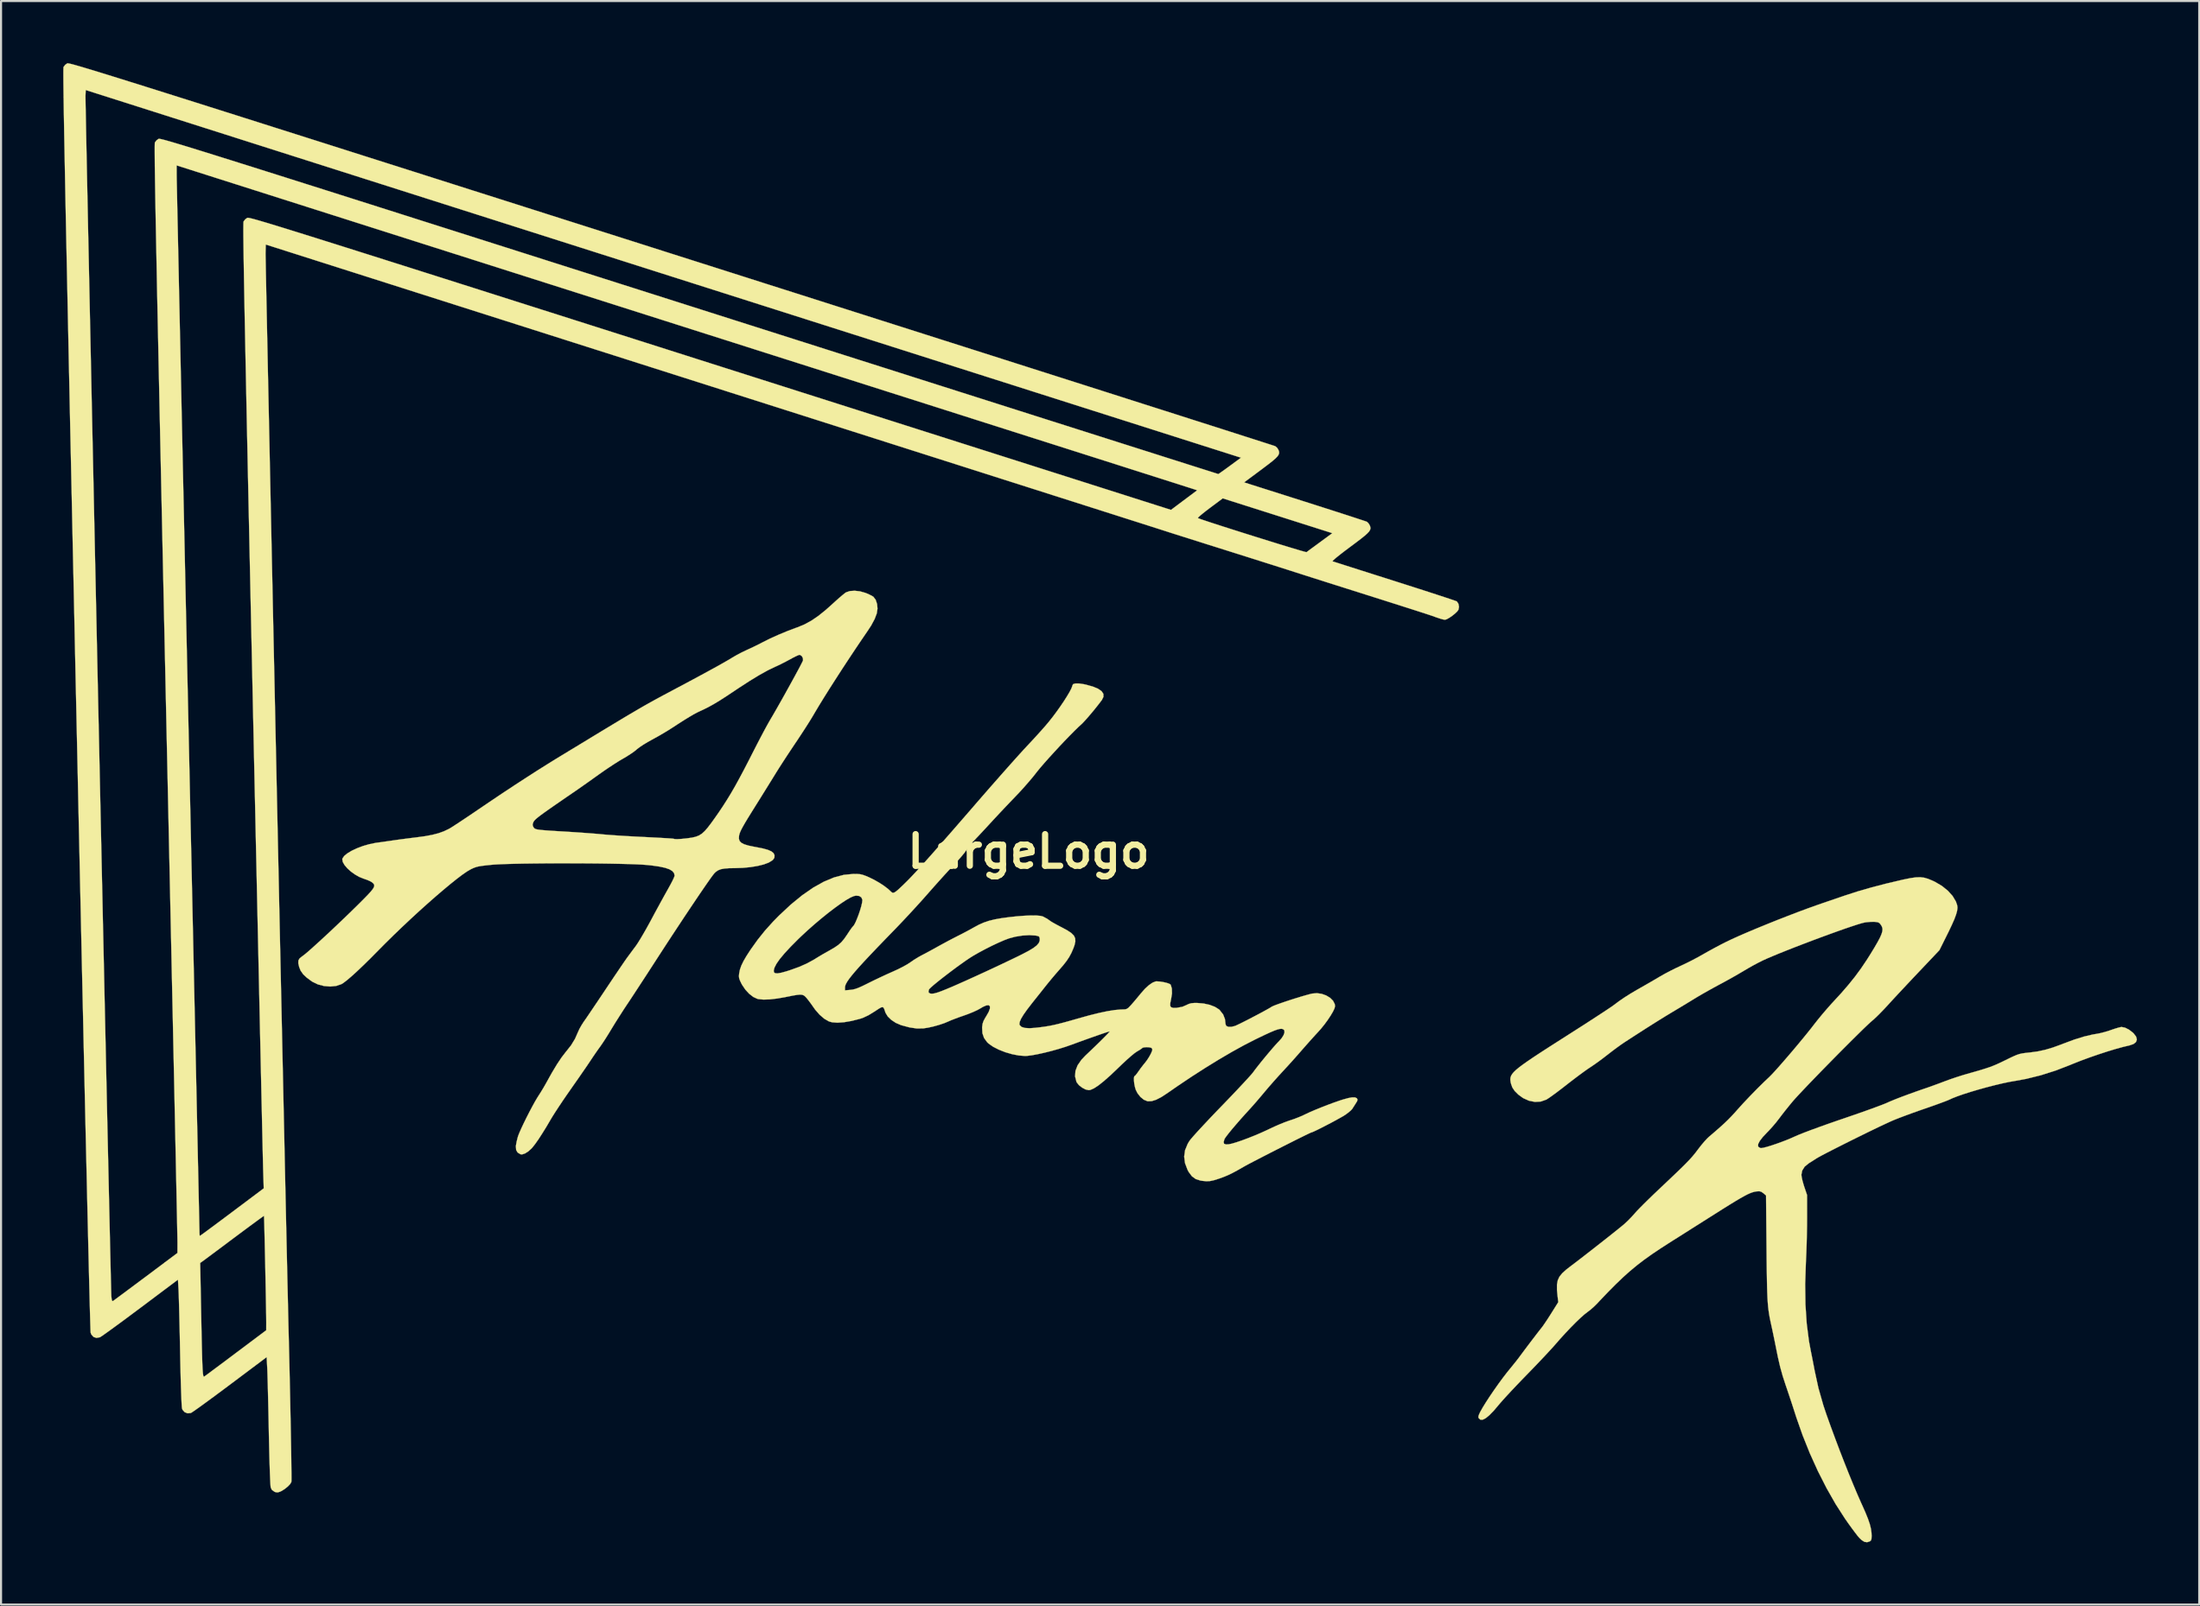
<source format=kicad_pcb>
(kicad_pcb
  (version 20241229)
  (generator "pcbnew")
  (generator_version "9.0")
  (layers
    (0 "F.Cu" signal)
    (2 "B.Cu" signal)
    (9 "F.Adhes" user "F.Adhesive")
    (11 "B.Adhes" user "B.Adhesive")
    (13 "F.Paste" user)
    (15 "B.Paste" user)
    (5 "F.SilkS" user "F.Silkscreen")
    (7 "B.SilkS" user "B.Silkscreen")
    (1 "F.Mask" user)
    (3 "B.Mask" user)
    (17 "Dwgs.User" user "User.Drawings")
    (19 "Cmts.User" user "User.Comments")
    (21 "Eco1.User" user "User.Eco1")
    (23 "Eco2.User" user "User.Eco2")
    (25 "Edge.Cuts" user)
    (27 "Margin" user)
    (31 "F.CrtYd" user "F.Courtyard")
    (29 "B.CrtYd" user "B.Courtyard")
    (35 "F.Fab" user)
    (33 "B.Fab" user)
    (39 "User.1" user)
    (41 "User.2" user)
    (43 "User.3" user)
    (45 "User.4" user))
  (footprint "LargeLogo"
    (layer "F.Cu")
    (at 46.528 38.017)
    (property "Reference" "LargeLogo" (at 0 0 0) (layer "F.SilkS") (effects (font (size 1.524 1.524) (thickness 0.3))))
    (attr through_hole)
    (fp_poly (pts (xy -8.122 -12.545) (xy -7.863 -12.471) (xy -7.839 -12.462) (xy -7.686 -12.396) (xy -7.555 -12.331) (xy -7.477 -12.282) (xy -7.368 -12.137) (xy -7.301 -11.933) (xy -7.281 -11.712) (xy -7.315 -11.483) (xy -7.417 -11.212) (xy -7.587 -10.896) (xy -7.764 -10.626) (xy -8.058 -10.195) (xy -8.367 -9.736) (xy -8.682 -9.261) (xy -8.997 -8.781) (xy -9.302 -8.308) (xy -9.593 -7.853) (xy -9.86 -7.427) (xy -10.096 -7.043) (xy -10.294 -6.711) (xy -10.369 -6.583) (xy -10.471 -6.412) (xy -10.611 -6.187) (xy -10.776 -5.928) (xy -10.958 -5.649) (xy -11.143 -5.368) (xy -11.238 -5.228) (xy -11.43 -4.94) (xy -11.633 -4.634) (xy -11.831 -4.33) (xy -12.013 -4.047) (xy -12.165 -3.805) (xy -12.214 -3.725) (xy -12.351 -3.503) (xy -12.52 -3.23) (xy -12.708 -2.927) (xy -12.902 -2.615) (xy -13.09 -2.314) (xy -13.147 -2.223) (xy -13.362 -1.878) (xy -13.536 -1.597) (xy -13.672 -1.37) (xy -13.775 -1.189) (xy -13.851 -1.045) (xy -13.903 -0.931) (xy -13.936 -0.837) (xy -13.954 -0.757) (xy -13.955 -0.752) (xy -13.962 -0.616) (xy -13.929 -0.507) (xy -13.846 -0.419) (xy -13.707 -0.346) (xy -13.501 -0.283) (xy -13.222 -0.225) (xy -13.134 -0.209) (xy -12.813 -0.146) (xy -12.57 -0.079) (xy -12.399 -0.005) (xy -12.293 0.079) (xy -12.246 0.176) (xy -12.243 0.195) (xy -12.251 0.303) (xy -12.311 0.393) (xy -12.359 0.436) (xy -12.525 0.537) (xy -12.763 0.626) (xy -13.058 0.699) (xy -13.399 0.755) (xy -13.771 0.791) (xy -14.139 0.803) (xy -14.432 0.808) (xy -14.656 0.825) (xy -14.826 0.856) (xy -14.958 0.906) (xy -15.065 0.978) (xy -15.142 1.051) (xy -15.207 1.131) (xy -15.314 1.276) (xy -15.458 1.48) (xy -15.636 1.738) (xy -15.844 2.042) (xy -16.077 2.387) (xy -16.332 2.767) (xy -16.605 3.176) (xy -16.89 3.608) (xy -17.186 4.057) (xy -17.486 4.516) (xy -17.788 4.981) (xy -17.989 5.292) (xy -18.213 5.638) (xy -18.439 5.987) (xy -18.661 6.327) (xy -18.869 6.646) (xy -19.056 6.932) (xy -19.214 7.172) (xy -19.335 7.354) (xy -19.344 7.366) (xy -19.517 7.628) (xy -19.707 7.925) (xy -19.897 8.224) (xy -20.064 8.496) (xy -20.11 8.572) (xy -20.245 8.795) (xy -20.381 9.012) (xy -20.505 9.203) (xy -20.605 9.35) (xy -20.639 9.398) (xy -20.736 9.532) (xy -20.861 9.71) (xy -20.996 9.908) (xy -21.093 10.054) (xy -21.193 10.204) (xy -21.332 10.409) (xy -21.501 10.654) (xy -21.689 10.926) (xy -21.887 11.209) (xy -22.071 11.472) (xy -22.269 11.757) (xy -22.466 12.045) (xy -22.651 12.323) (xy -22.816 12.575) (xy -22.95 12.787) (xy -23.038 12.933) (xy -23.244 13.285) (xy -23.443 13.606) (xy -23.625 13.887) (xy -23.786 14.115) (xy -23.918 14.282) (xy -23.954 14.323) (xy -24.115 14.468) (xy -24.272 14.567) (xy -24.41 14.612) (xy -24.49 14.605) (xy -24.627 14.522) (xy -24.699 14.398) (xy -24.712 14.222) (xy -24.707 14.172) (xy -24.675 13.996) (xy -24.627 13.802) (xy -24.601 13.716) (xy -24.54 13.561) (xy -24.446 13.35) (xy -24.328 13.1) (xy -24.194 12.827) (xy -24.053 12.551) (xy -23.913 12.287) (xy -23.784 12.053) (xy -23.673 11.866) (xy -23.631 11.8) (xy -23.508 11.607) (xy -23.373 11.384) (xy -23.254 11.175) (xy -23.243 11.155) (xy -22.977 10.677) (xy -22.733 10.271) (xy -22.512 9.94) (xy -22.318 9.686) (xy -22.302 9.668) (xy -22.052 9.351) (xy -21.863 9.041) (xy -21.72 8.718) (xy -21.651 8.566) (xy -21.549 8.384) (xy -21.437 8.208) (xy -21.422 8.188) (xy -21.349 8.084) (xy -21.236 7.919) (xy -21.091 7.704) (xy -20.92 7.451) (xy -20.73 7.169) (xy -20.529 6.869) (xy -20.366 6.625) (xy -20.163 6.321) (xy -19.967 6.028) (xy -19.784 5.758) (xy -19.623 5.52) (xy -19.489 5.324) (xy -19.389 5.18) (xy -19.338 5.109) (xy -19.223 4.954) (xy -19.085 4.767) (xy -18.948 4.583) (xy -18.922 4.548) (xy -18.836 4.421) (xy -18.719 4.233) (xy -18.581 4) (xy -18.43 3.737) (xy -18.276 3.459) (xy -18.186 3.292) (xy -18.027 2.994) (xy -17.859 2.685) (xy -17.695 2.384) (xy -17.544 2.11) (xy -17.417 1.883) (xy -17.372 1.803) (xy -17.262 1.604) (xy -17.168 1.424) (xy -17.1 1.28) (xy -17.064 1.187) (xy -17.06 1.167) (xy -17.086 1.048) (xy -17.168 0.947) (xy -17.309 0.861) (xy -17.517 0.789) (xy -17.795 0.729) (xy -18.149 0.678) (xy -18.415 0.65) (xy -18.639 0.634) (xy -18.935 0.62) (xy -19.296 0.607) (xy -19.711 0.597) (xy -20.171 0.588) (xy -20.667 0.581) (xy -21.188 0.576) (xy -21.726 0.573) (xy -22.272 0.572) (xy -22.814 0.572) (xy -23.345 0.575) (xy -23.854 0.58) (xy -24.333 0.586) (xy -24.771 0.595) (xy -25.159 0.605) (xy -25.488 0.618) (xy -25.749 0.632) (xy -25.881 0.643) (xy -26.149 0.671) (xy -26.351 0.696) (xy -26.503 0.721) (xy -26.623 0.75) (xy -26.73 0.788) (xy -26.841 0.838) (xy -26.897 0.866) (xy -27.068 0.966) (xy -27.291 1.12) (xy -27.56 1.324) (xy -27.869 1.571) (xy -28.212 1.857) (xy -28.582 2.174) (xy -28.973 2.518) (xy -29.378 2.882) (xy -29.79 3.262) (xy -30.204 3.652) (xy -30.613 4.045) (xy -31.01 4.436) (xy -31.327 4.756) (xy -31.709 5.143) (xy -32.057 5.485) (xy -32.366 5.779) (xy -32.633 6.022) (xy -32.855 6.211) (xy -33.027 6.342) (xy -33.121 6.4) (xy -33.371 6.486) (xy -33.659 6.515) (xy -33.962 6.49) (xy -34.257 6.412) (xy -34.521 6.284) (xy -34.545 6.269) (xy -34.791 6.088) (xy -34.968 5.919) (xy -35.088 5.748) (xy -35.157 5.575) (xy -35.199 5.392) (xy -35.195 5.261) (xy -35.137 5.159) (xy -35.019 5.063) (xy -34.996 5.047) (xy -34.905 4.979) (xy -34.761 4.859) (xy -34.572 4.693) (xy -34.345 4.489) (xy -34.088 4.254) (xy -33.808 3.995) (xy -33.513 3.719) (xy -33.211 3.432) (xy -32.909 3.143) (xy -32.614 2.857) (xy -32.334 2.583) (xy -32.311 2.56) (xy -32.056 2.305) (xy -31.857 2.102) (xy -31.711 1.942) (xy -31.611 1.818) (xy -31.555 1.723) (xy -31.536 1.648) (xy -31.55 1.588) (xy -31.593 1.533) (xy -31.645 1.489) (xy -31.74 1.433) (xy -31.885 1.37) (xy -32.037 1.318) (xy -32.255 1.231) (xy -32.469 1.11) (xy -32.668 0.966) (xy -32.84 0.809) (xy -32.973 0.652) (xy -33.057 0.503) (xy -33.079 0.376) (xy -33.07 0.339) (xy -32.987 0.218) (xy -32.833 0.091) (xy -32.623 -0.035) (xy -32.369 -0.154) (xy -32.085 -0.261) (xy -31.785 -0.348) (xy -31.482 -0.411) (xy -31.399 -0.423) (xy -31.188 -0.451) (xy -30.939 -0.487) (xy -30.7 -0.521) (xy -30.649 -0.529) (xy -30.466 -0.555) (xy -30.224 -0.588) (xy -29.948 -0.624) (xy -29.664 -0.66) (xy -29.506 -0.679) (xy -29.087 -0.736) (xy -28.736 -0.802) (xy -28.439 -0.879) (xy -28.179 -0.973) (xy -27.94 -1.087) (xy -27.898 -1.111) (xy -27.807 -1.166) (xy -27.656 -1.263) (xy -27.613 -1.291) (xy -23.906 -1.291) (xy -23.884 -1.206) (xy -23.861 -1.168) (xy -23.838 -1.135) (xy -23.81 -1.108) (xy -23.768 -1.085) (xy -23.705 -1.066) (xy -23.611 -1.049) (xy -23.478 -1.034) (xy -23.297 -1.018) (xy -23.06 -1.001) (xy -22.759 -0.982) (xy -22.384 -0.96) (xy -22.249 -0.952) (xy -21.909 -0.93) (xy -21.558 -0.906) (xy -21.216 -0.881) (xy -20.905 -0.857) (xy -20.645 -0.835) (xy -20.535 -0.824) (xy -20.335 -0.806) (xy -20.066 -0.786) (xy -19.747 -0.764) (xy -19.393 -0.742) (xy -19.02 -0.721) (xy -18.646 -0.702) (xy -18.522 -0.696) (xy -18.187 -0.679) (xy -17.879 -0.663) (xy -17.61 -0.648) (xy -17.388 -0.635) (xy -17.224 -0.624) (xy -17.128 -0.615) (xy -17.107 -0.611) (xy -17.045 -0.596) (xy -16.913 -0.594) (xy -16.722 -0.606) (xy -16.485 -0.63) (xy -16.438 -0.636) (xy -16.217 -0.668) (xy -16.037 -0.71) (xy -15.883 -0.771) (xy -15.744 -0.859) (xy -15.606 -0.985) (xy -15.457 -1.158) (xy -15.284 -1.386) (xy -15.146 -1.578) (xy -14.927 -1.891) (xy -14.724 -2.194) (xy -14.53 -2.498) (xy -14.338 -2.814) (xy -14.142 -3.153) (xy -13.937 -3.527) (xy -13.714 -3.946) (xy -13.468 -4.422) (xy -13.249 -4.853) (xy -13.092 -5.159) (xy -12.932 -5.467) (xy -12.777 -5.761) (xy -12.635 -6.024) (xy -12.514 -6.241) (xy -12.435 -6.377) (xy -12.327 -6.56) (xy -12.197 -6.786) (xy -12.05 -7.044) (xy -11.891 -7.325) (xy -11.727 -7.618) (xy -11.563 -7.915) (xy -11.404 -8.203) (xy -11.256 -8.474) (xy -11.124 -8.718) (xy -11.014 -8.925) (xy -10.932 -9.084) (xy -10.882 -9.186) (xy -10.87 -9.215) (xy -10.876 -9.323) (xy -10.93 -9.421) (xy -11.012 -9.478) (xy -11.041 -9.483) (xy -11.106 -9.463) (xy -11.226 -9.409) (xy -11.38 -9.331) (xy -11.493 -9.268) (xy -11.703 -9.156) (xy -11.932 -9.039) (xy -12.141 -8.939) (xy -12.207 -8.91) (xy -12.557 -8.742) (xy -12.968 -8.514) (xy -13.439 -8.228) (xy -13.971 -7.883) (xy -14.148 -7.764) (xy -14.543 -7.501) (xy -14.882 -7.283) (xy -15.177 -7.105) (xy -15.439 -6.96) (xy -15.678 -6.841) (xy -15.79 -6.79) (xy -15.955 -6.712) (xy -16.141 -6.613) (xy -16.358 -6.486) (xy -16.618 -6.326) (xy -16.93 -6.126) (xy -17.156 -5.978) (xy -17.373 -5.84) (xy -17.633 -5.684) (xy -17.903 -5.528) (xy -18.146 -5.395) (xy -18.363 -5.274) (xy -18.571 -5.148) (xy -18.748 -5.03) (xy -18.874 -4.934) (xy -18.89 -4.919) (xy -19.009 -4.822) (xy -19.18 -4.703) (xy -19.377 -4.577) (xy -19.546 -4.478) (xy -19.728 -4.371) (xy -19.958 -4.226) (xy -20.216 -4.057) (xy -20.48 -3.877) (xy -20.722 -3.707) (xy -20.972 -3.528) (xy -21.232 -3.343) (xy -21.481 -3.167) (xy -21.701 -3.013) (xy -21.865 -2.899) (xy -22.285 -2.612) (xy -22.64 -2.367) (xy -22.936 -2.162) (xy -23.179 -1.992) (xy -23.374 -1.853) (xy -23.528 -1.74) (xy -23.645 -1.65) (xy -23.731 -1.578) (xy -23.792 -1.52) (xy -23.833 -1.472) (xy -23.86 -1.43) (xy -23.877 -1.396) (xy -23.906 -1.291) (xy -27.613 -1.291) (xy -27.456 -1.394) (xy -27.217 -1.553) (xy -26.949 -1.732) (xy -26.663 -1.926) (xy -26.48 -2.051) (xy -25.904 -2.441) (xy -25.321 -2.832) (xy -24.743 -3.214) (xy -24.182 -3.578) (xy -23.653 -3.918) (xy -23.169 -4.223) (xy -22.797 -4.453) (xy -22.158 -4.842) (xy -21.586 -5.189) (xy -21.076 -5.499) (xy -20.622 -5.775) (xy -20.218 -6.019) (xy -19.86 -6.235) (xy -19.542 -6.426) (xy -19.258 -6.596) (xy -19.002 -6.746) (xy -18.771 -6.882) (xy -18.558 -7.005) (xy -18.357 -7.119) (xy -18.164 -7.227) (xy -17.973 -7.332) (xy -17.778 -7.438) (xy -17.575 -7.547) (xy -17.357 -7.663) (xy -17.119 -7.79) (xy -17.081 -7.81) (xy -16.473 -8.134) (xy -15.93 -8.425) (xy -15.455 -8.683) (xy -15.048 -8.906) (xy -14.712 -9.095) (xy -14.449 -9.246) (xy -14.266 -9.357) (xy -14.068 -9.472) (xy -13.836 -9.595) (xy -13.617 -9.7) (xy -13.589 -9.713) (xy -13.39 -9.804) (xy -13.155 -9.917) (xy -12.919 -10.035) (xy -12.806 -10.094) (xy -12.456 -10.269) (xy -12.055 -10.45) (xy -11.633 -10.626) (xy -11.219 -10.782) (xy -11.131 -10.813) (xy -10.798 -10.951) (xy -10.466 -11.133) (xy -10.123 -11.367) (xy -9.758 -11.663) (xy -9.497 -11.896) (xy -9.305 -12.071) (xy -9.126 -12.23) (xy -8.971 -12.362) (xy -8.854 -12.456) (xy -8.792 -12.499) (xy -8.61 -12.559) (xy -8.379 -12.574) (xy -8.122 -12.545)) (stroke (width 0.01) (type solid)) (fill yes) (layer "F.SilkS"))
    (fp_poly (pts (xy 43.172 1.266) (xy 43.367 1.323) (xy 43.581 1.413) (xy 43.702 1.471) (xy 44.032 1.667) (xy 44.315 1.896) (xy 44.541 2.147) (xy 44.699 2.411) (xy 44.764 2.598) (xy 44.776 2.715) (xy 44.76 2.859) (xy 44.711 3.038) (xy 44.629 3.261) (xy 44.508 3.536) (xy 44.348 3.873) (xy 44.303 3.963) (xy 43.905 4.763) (xy 42.903 5.821) (xy 42.639 6.1) (xy 42.371 6.385) (xy 42.109 6.665) (xy 41.865 6.926) (xy 41.651 7.157) (xy 41.479 7.345) (xy 41.42 7.41) (xy 41.237 7.607) (xy 41.049 7.801) (xy 40.874 7.975) (xy 40.729 8.11) (xy 40.671 8.159) (xy 40.567 8.25) (xy 40.412 8.395) (xy 40.213 8.586) (xy 39.977 8.818) (xy 39.711 9.081) (xy 39.422 9.37) (xy 39.117 9.676) (xy 38.804 9.993) (xy 38.489 10.314) (xy 38.18 10.63) (xy 37.884 10.936) (xy 37.608 11.222) (xy 37.359 11.484) (xy 37.144 11.712) (xy 36.97 11.901) (xy 36.845 12.042) (xy 36.823 12.068) (xy 36.653 12.275) (xy 36.477 12.494) (xy 36.315 12.701) (xy 36.187 12.871) (xy 36.172 12.89) (xy 36.026 13.078) (xy 35.848 13.287) (xy 35.668 13.483) (xy 35.603 13.549) (xy 35.391 13.775) (xy 35.246 13.963) (xy 35.17 14.112) (xy 35.165 14.218) (xy 35.181 14.248) (xy 35.264 14.301) (xy 35.309 14.309) (xy 35.417 14.293) (xy 35.587 14.25) (xy 35.802 14.185) (xy 36.046 14.103) (xy 36.303 14.01) (xy 36.556 13.913) (xy 36.789 13.815) (xy 36.916 13.758) (xy 37.105 13.675) (xy 37.367 13.57) (xy 37.694 13.446) (xy 38.078 13.305) (xy 38.511 13.15) (xy 38.985 12.985) (xy 39.244 12.897) (xy 39.63 12.764) (xy 40.003 12.635) (xy 40.351 12.512) (xy 40.666 12.399) (xy 40.937 12.299) (xy 41.154 12.217) (xy 41.307 12.156) (xy 41.365 12.131) (xy 41.538 12.054) (xy 41.777 11.956) (xy 42.067 11.843) (xy 42.393 11.722) (xy 42.741 11.596) (xy 43.095 11.472) (xy 43.307 11.4) (xy 43.473 11.342) (xy 43.69 11.263) (xy 43.929 11.175) (xy 44.157 11.089) (xy 44.424 10.991) (xy 44.73 10.887) (xy 45.033 10.791) (xy 45.236 10.731) (xy 45.593 10.63) (xy 45.883 10.546) (xy 46.121 10.472) (xy 46.322 10.405) (xy 46.5 10.338) (xy 46.67 10.266) (xy 46.847 10.185) (xy 47.046 10.089) (xy 47.058 10.083) (xy 47.3 9.964) (xy 47.485 9.877) (xy 47.632 9.815) (xy 47.76 9.772) (xy 47.889 9.743) (xy 48.038 9.721) (xy 48.225 9.7) (xy 48.288 9.694) (xy 48.651 9.644) (xy 49.005 9.567) (xy 49.376 9.457) (xy 49.788 9.307) (xy 49.89 9.267) (xy 50.402 9.076) (xy 50.872 8.93) (xy 51.29 8.831) (xy 51.469 8.801) (xy 51.652 8.766) (xy 51.875 8.709) (xy 52.1 8.64) (xy 52.18 8.612) (xy 52.363 8.55) (xy 52.526 8.501) (xy 52.647 8.472) (xy 52.69 8.467) (xy 52.857 8.501) (xy 53.045 8.596) (xy 53.23 8.739) (xy 53.265 8.772) (xy 53.386 8.929) (xy 53.424 9.07) (xy 53.382 9.192) (xy 53.262 9.288) (xy 53.064 9.356) (xy 53.054 9.358) (xy 52.757 9.428) (xy 52.401 9.526) (xy 52.003 9.647) (xy 51.583 9.784) (xy 51.158 9.931) (xy 50.746 10.082) (xy 50.365 10.232) (xy 50.207 10.298) (xy 49.511 10.567) (xy 48.796 10.794) (xy 48.09 10.969) (xy 47.562 11.066) (xy 47.267 11.117) (xy 46.927 11.189) (xy 46.556 11.278) (xy 46.169 11.378) (xy 45.781 11.486) (xy 45.407 11.597) (xy 45.062 11.707) (xy 44.76 11.813) (xy 44.517 11.909) (xy 44.401 11.963) (xy 44.305 12.005) (xy 44.142 12.068) (xy 43.927 12.148) (xy 43.674 12.24) (xy 43.396 12.338) (xy 43.213 12.401) (xy 42.898 12.51) (xy 42.574 12.626) (xy 42.261 12.741) (xy 41.978 12.848) (xy 41.748 12.939) (xy 41.675 12.969) (xy 41.513 13.041) (xy 41.294 13.142) (xy 41.028 13.267) (xy 40.727 13.412) (xy 40.399 13.571) (xy 40.056 13.74) (xy 39.708 13.912) (xy 39.364 14.084) (xy 39.035 14.25) (xy 38.731 14.404) (xy 38.463 14.542) (xy 38.24 14.659) (xy 38.074 14.75) (xy 37.973 14.809) (xy 37.973 14.809) (xy 37.819 14.909) (xy 37.655 15.012) (xy 37.601 15.046) (xy 37.41 15.204) (xy 37.292 15.392) (xy 37.253 15.595) (xy 37.267 15.707) (xy 37.303 15.872) (xy 37.356 16.062) (xy 37.389 16.167) (xy 37.526 16.573) (xy 37.527 17.653) (xy 37.525 18.034) (xy 37.517 18.466) (xy 37.506 18.918) (xy 37.491 19.356) (xy 37.473 19.748) (xy 37.47 19.812) (xy 37.435 20.863) (xy 37.448 21.849) (xy 37.509 22.768) (xy 37.618 23.619) (xy 37.701 24.067) (xy 37.753 24.326) (xy 37.81 24.616) (xy 37.863 24.892) (xy 37.891 25.04) (xy 38.074 25.882) (xy 38.311 26.714) (xy 38.453 27.139) (xy 38.652 27.696) (xy 38.865 28.274) (xy 39.085 28.859) (xy 39.309 29.437) (xy 39.53 29.994) (xy 39.744 30.516) (xy 39.943 30.99) (xy 40.124 31.402) (xy 40.176 31.515) (xy 40.338 31.88) (xy 40.461 32.184) (xy 40.549 32.442) (xy 40.605 32.666) (xy 40.633 32.869) (xy 40.639 33.008) (xy 40.633 33.149) (xy 40.607 33.23) (xy 40.558 33.273) (xy 40.421 33.318) (xy 40.29 33.299) (xy 40.151 33.209) (xy 40.045 33.106) (xy 39.959 33.006) (xy 39.838 32.849) (xy 39.691 32.652) (xy 39.53 32.429) (xy 39.366 32.195) (xy 39.35 32.171) (xy 38.901 31.472) (xy 38.465 30.705) (xy 38.049 29.886) (xy 37.662 29.031) (xy 37.311 28.155) (xy 37.003 27.277) (xy 36.958 27.136) (xy 36.869 26.86) (xy 36.764 26.537) (xy 36.651 26.199) (xy 36.543 25.878) (xy 36.495 25.739) (xy 36.351 25.295) (xy 36.23 24.86) (xy 36.123 24.397) (xy 36.073 24.151) (xy 36.013 23.853) (xy 35.951 23.545) (xy 35.89 23.251) (xy 35.836 22.996) (xy 35.797 22.818) (xy 35.757 22.635) (xy 35.723 22.465) (xy 35.694 22.3) (xy 35.67 22.131) (xy 35.649 21.951) (xy 35.632 21.751) (xy 35.618 21.523) (xy 35.607 21.259) (xy 35.598 20.951) (xy 35.591 20.591) (xy 35.584 20.17) (xy 35.578 19.681) (xy 35.573 19.123) (xy 35.549 16.593) (xy 35.419 16.483) (xy 35.32 16.414) (xy 35.223 16.389) (xy 35.096 16.396) (xy 35 16.412) (xy 34.9 16.439) (xy 34.786 16.48) (xy 34.653 16.54) (xy 34.493 16.624) (xy 34.298 16.734) (xy 34.06 16.875) (xy 33.773 17.051) (xy 33.429 17.266) (xy 33.084 17.485) (xy 32.735 17.705) (xy 32.372 17.935) (xy 32.008 18.165) (xy 31.66 18.386) (xy 31.343 18.587) (xy 31.071 18.758) (xy 30.924 18.851) (xy 30.46 19.15) (xy 30.046 19.428) (xy 29.671 19.696) (xy 29.322 19.964) (xy 28.986 20.243) (xy 28.651 20.543) (xy 28.305 20.875) (xy 27.935 21.248) (xy 27.528 21.675) (xy 27.397 21.816) (xy 27.246 21.964) (xy 27.074 22.113) (xy 26.931 22.222) (xy 26.783 22.338) (xy 26.593 22.508) (xy 26.37 22.722) (xy 26.126 22.969) (xy 25.871 23.239) (xy 25.616 23.52) (xy 25.418 23.747) (xy 25.295 23.887) (xy 25.122 24.076) (xy 24.912 24.303) (xy 24.673 24.556) (xy 24.417 24.825) (xy 24.154 25.097) (xy 24.013 25.242) (xy 23.755 25.508) (xy 23.501 25.774) (xy 23.261 26.028) (xy 23.046 26.26) (xy 22.865 26.46) (xy 22.727 26.616) (xy 22.671 26.683) (xy 22.424 26.975) (xy 22.212 27.192) (xy 22.036 27.336) (xy 21.893 27.407) (xy 21.782 27.407) (xy 21.701 27.337) (xy 21.7 27.336) (xy 21.682 27.277) (xy 21.699 27.194) (xy 21.756 27.066) (xy 21.78 27.019) (xy 21.893 26.818) (xy 22.048 26.567) (xy 22.233 26.283) (xy 22.437 25.983) (xy 22.648 25.683) (xy 22.855 25.401) (xy 23.046 25.152) (xy 23.119 25.061) (xy 23.27 24.876) (xy 23.411 24.701) (xy 23.529 24.553) (xy 23.61 24.449) (xy 23.627 24.426) (xy 23.756 24.252) (xy 23.907 24.049) (xy 24.07 23.832) (xy 24.235 23.614) (xy 24.392 23.408) (xy 24.531 23.227) (xy 24.641 23.085) (xy 24.712 22.996) (xy 24.72 22.987) (xy 24.787 22.898) (xy 24.887 22.754) (xy 25.008 22.573) (xy 25.138 22.371) (xy 25.19 22.288) (xy 25.535 21.738) (xy 25.502 21.463) (xy 25.471 21.148) (xy 25.471 20.896) (xy 25.508 20.69) (xy 25.589 20.512) (xy 25.724 20.345) (xy 25.918 20.169) (xy 26.107 20.022) (xy 26.307 19.871) (xy 26.545 19.689) (xy 26.812 19.482) (xy 27.096 19.261) (xy 27.389 19.032) (xy 27.678 18.805) (xy 27.954 18.587) (xy 28.206 18.387) (xy 28.424 18.212) (xy 28.598 18.071) (xy 28.716 17.973) (xy 28.729 17.961) (xy 28.889 17.812) (xy 29.063 17.633) (xy 29.218 17.461) (xy 29.227 17.449) (xy 29.319 17.347) (xy 29.463 17.198) (xy 29.648 17.011) (xy 29.866 16.796) (xy 30.104 16.565) (xy 30.355 16.326) (xy 30.428 16.257) (xy 30.777 15.927) (xy 31.072 15.647) (xy 31.317 15.412) (xy 31.521 15.214) (xy 31.689 15.046) (xy 31.829 14.901) (xy 31.947 14.773) (xy 32.049 14.654) (xy 32.143 14.539) (xy 32.234 14.419) (xy 32.286 14.35) (xy 32.427 14.168) (xy 32.575 13.993) (xy 32.71 13.846) (xy 32.791 13.769) (xy 33.088 13.515) (xy 33.332 13.301) (xy 33.536 13.116) (xy 33.712 12.947) (xy 33.873 12.782) (xy 34.033 12.61) (xy 34.162 12.464) (xy 34.452 12.143) (xy 34.782 11.794) (xy 35.127 11.441) (xy 35.463 11.109) (xy 35.705 10.88) (xy 35.812 10.772) (xy 35.964 10.609) (xy 36.151 10.401) (xy 36.365 10.157) (xy 36.597 9.888) (xy 36.839 9.605) (xy 37.081 9.317) (xy 37.315 9.034) (xy 37.532 8.768) (xy 37.724 8.528) (xy 37.86 8.352) (xy 38.052 8.108) (xy 38.272 7.841) (xy 38.498 7.577) (xy 38.704 7.344) (xy 38.764 7.28) (xy 39.172 6.836) (xy 39.526 6.426) (xy 39.841 6.034) (xy 40.129 5.642) (xy 40.404 5.233) (xy 40.582 4.951) (xy 40.78 4.626) (xy 40.932 4.363) (xy 41.044 4.151) (xy 41.117 3.982) (xy 41.156 3.848) (xy 41.164 3.738) (xy 41.143 3.645) (xy 41.098 3.558) (xy 41.095 3.554) (xy 41.029 3.468) (xy 40.959 3.422) (xy 40.853 3.401) (xy 40.766 3.394) (xy 40.583 3.395) (xy 40.381 3.414) (xy 40.293 3.428) (xy 40.149 3.464) (xy 39.937 3.528) (xy 39.666 3.617) (xy 39.345 3.726) (xy 38.986 3.853) (xy 38.596 3.994) (xy 38.186 4.144) (xy 37.766 4.301) (xy 37.346 4.461) (xy 36.935 4.619) (xy 36.543 4.774) (xy 36.18 4.919) (xy 35.855 5.054) (xy 35.579 5.172) (xy 35.391 5.257) (xy 35.193 5.356) (xy 34.954 5.483) (xy 34.705 5.623) (xy 34.484 5.753) (xy 34.266 5.882) (xy 34 6.035) (xy 33.713 6.196) (xy 33.432 6.35) (xy 33.298 6.421) (xy 33.035 6.563) (xy 32.757 6.718) (xy 32.488 6.87) (xy 32.256 7.006) (xy 32.152 7.069) (xy 31.947 7.194) (xy 31.696 7.347) (xy 31.424 7.511) (xy 31.159 7.67) (xy 31.052 7.734) (xy 30.668 7.966) (xy 30.232 8.237) (xy 29.738 8.55) (xy 29.183 8.907) (xy 28.718 9.209) (xy 28.549 9.325) (xy 28.341 9.475) (xy 28.119 9.641) (xy 27.911 9.803) (xy 27.905 9.807) (xy 27.694 9.97) (xy 27.468 10.138) (xy 27.252 10.291) (xy 27.074 10.411) (xy 27.072 10.412) (xy 26.929 10.508) (xy 26.736 10.646) (xy 26.509 10.813) (xy 26.263 10.999) (xy 26.015 11.19) (xy 25.938 11.251) (xy 25.705 11.432) (xy 25.481 11.602) (xy 25.278 11.752) (xy 25.111 11.871) (xy 24.99 11.95) (xy 24.956 11.97) (xy 24.693 12.063) (xy 24.411 12.08) (xy 24.122 12.023) (xy 23.84 11.896) (xy 23.609 11.728) (xy 23.431 11.55) (xy 23.317 11.378) (xy 23.251 11.186) (xy 23.243 11.147) (xy 23.228 11.06) (xy 23.224 10.978) (xy 23.233 10.9) (xy 23.261 10.82) (xy 23.311 10.735) (xy 23.389 10.642) (xy 23.498 10.537) (xy 23.643 10.417) (xy 23.829 10.277) (xy 24.06 10.114) (xy 24.34 9.924) (xy 24.674 9.704) (xy 25.065 9.451) (xy 25.52 9.16) (xy 26.041 8.827) (xy 26.077 8.804) (xy 26.447 8.568) (xy 26.803 8.34) (xy 27.136 8.124) (xy 27.439 7.927) (xy 27.705 7.753) (xy 27.925 7.607) (xy 28.091 7.495) (xy 28.197 7.421) (xy 28.215 7.407) (xy 28.47 7.217) (xy 28.731 7.038) (xy 29.019 6.856) (xy 29.357 6.657) (xy 29.485 6.584) (xy 29.726 6.447) (xy 29.993 6.293) (xy 30.25 6.143) (xy 30.438 6.032) (xy 30.658 5.907) (xy 30.922 5.767) (xy 31.196 5.63) (xy 31.426 5.523) (xy 31.683 5.401) (xy 31.975 5.255) (xy 32.265 5.101) (xy 32.505 4.967) (xy 32.762 4.821) (xy 33.056 4.66) (xy 33.351 4.503) (xy 33.592 4.38) (xy 33.884 4.24) (xy 34.243 4.077) (xy 34.658 3.897) (xy 35.115 3.705) (xy 35.601 3.506) (xy 36.104 3.304) (xy 36.611 3.106) (xy 37.109 2.915) (xy 37.587 2.738) (xy 38.031 2.579) (xy 38.312 2.482) (xy 38.458 2.432) (xy 38.665 2.362) (xy 38.909 2.278) (xy 39.172 2.188) (xy 39.37 2.12) (xy 39.96 1.929) (xy 40.623 1.738) (xy 41.344 1.55) (xy 42.112 1.369) (xy 42.185 1.353) (xy 42.503 1.288) (xy 42.76 1.251) (xy 42.976 1.243) (xy 43.172 1.266)) (stroke (width 0.01) (type solid)) (fill yes) (layer "F.SilkS"))
    (fp_poly (pts (xy 2.432 -8.101) (xy 2.652 -8.069) (xy 2.769 -8.044) (xy 3.103 -7.951) (xy 3.354 -7.846) (xy 3.521 -7.729) (xy 3.607 -7.6) (xy 3.61 -7.457) (xy 3.532 -7.3) (xy 3.525 -7.291) (xy 3.371 -7.09) (xy 3.2 -6.875) (xy 3.024 -6.662) (xy 2.856 -6.465) (xy 2.707 -6.298) (xy 2.591 -6.174) (xy 2.54 -6.127) (xy 2.395 -5.995) (xy 2.205 -5.809) (xy 1.982 -5.583) (xy 1.737 -5.329) (xy 1.48 -5.057) (xy 1.224 -4.779) (xy 0.978 -4.509) (xy 0.753 -4.256) (xy 0.562 -4.034) (xy 0.414 -3.853) (xy 0.381 -3.81) (xy 0.215 -3.6) (xy 0.007 -3.354) (xy -0.221 -3.093) (xy -0.452 -2.839) (xy -0.616 -2.667) (xy -0.833 -2.441) (xy -1.088 -2.173) (xy -1.359 -1.886) (xy -1.626 -1.6) (xy -1.869 -1.337) (xy -1.891 -1.312) (xy -2.09 -1.097) (xy -2.276 -0.897) (xy -2.439 -0.723) (xy -2.57 -0.585) (xy -2.66 -0.493) (xy -2.688 -0.466) (xy -2.785 -0.361) (xy -2.886 -0.229) (xy -2.912 -0.191) (xy -3.003 -0.054) (xy -3.104 0.083) (xy -3.227 0.233) (xy -3.382 0.409) (xy -3.58 0.625) (xy -3.725 0.78) (xy -3.882 0.948) (xy -4.08 1.165) (xy -4.304 1.414) (xy -4.542 1.68) (xy -4.777 1.946) (xy -4.91 2.097) (xy -5.163 2.383) (xy -5.456 2.705) (xy -5.767 3.043) (xy -6.075 3.372) (xy -6.359 3.67) (xy -6.455 3.769) (xy -6.905 4.233) (xy -7.298 4.641) (xy -7.638 4.998) (xy -7.928 5.307) (xy -8.17 5.573) (xy -8.37 5.8) (xy -8.529 5.991) (xy -8.652 6.15) (xy -8.742 6.282) (xy -8.803 6.391) (xy -8.837 6.479) (xy -8.848 6.552) (xy -8.848 6.555) (xy -8.848 6.7) (xy -8.583 6.676) (xy -8.462 6.66) (xy -8.339 6.628) (xy -8.196 6.576) (xy -8.016 6.496) (xy -7.783 6.382) (xy -7.726 6.353) (xy -7.455 6.219) (xy -7.146 6.072) (xy -6.837 5.928) (xy -6.562 5.805) (xy -6.543 5.797) (xy -6.29 5.681) (xy -6.051 5.56) (xy -5.847 5.446) (xy -5.699 5.35) (xy -5.697 5.348) (xy -5.519 5.226) (xy -5.313 5.099) (xy -5.144 5.006) (xy -4.984 4.923) (xy -4.78 4.813) (xy -4.558 4.692) (xy -4.381 4.593) (xy -4.141 4.461) (xy -3.865 4.312) (xy -3.593 4.17) (xy -3.429 4.086) (xy -3.21 3.975) (xy -2.986 3.857) (xy -2.785 3.749) (xy -2.651 3.673) (xy -2.404 3.539) (xy -2.162 3.432) (xy -1.909 3.346) (xy -1.624 3.276) (xy -1.29 3.217) (xy -0.923 3.168) (xy -0.538 3.127) (xy -0.186 3.1) (xy 0.124 3.088) (xy 0.381 3.09) (xy 0.575 3.107) (xy 0.69 3.136) (xy 0.9 3.248) (xy 1.047 3.353) (xy 1.113 3.397) (xy 1.237 3.468) (xy 1.401 3.558) (xy 1.589 3.656) (xy 1.598 3.66) (xy 1.865 3.804) (xy 2.058 3.932) (xy 2.184 4.057) (xy 2.247 4.189) (xy 2.256 4.34) (xy 2.216 4.52) (xy 2.158 4.681) (xy 2.064 4.897) (xy 1.96 5.09) (xy 1.833 5.282) (xy 1.669 5.491) (xy 1.463 5.729) (xy 1.3 5.916) (xy 1.115 6.135) (xy 0.939 6.349) (xy 0.868 6.437) (xy 0.729 6.612) (xy 0.558 6.828) (xy 0.373 7.06) (xy 0.195 7.284) (xy 0.158 7.331) (xy -0.073 7.631) (xy -0.246 7.877) (xy -0.363 8.072) (xy -0.427 8.222) (xy -0.44 8.332) (xy -0.426 8.377) (xy -0.336 8.464) (xy -0.177 8.513) (xy 0.053 8.527) (xy 0.319 8.508) (xy 0.572 8.479) (xy 0.796 8.448) (xy 1.009 8.413) (xy 1.226 8.369) (xy 1.462 8.313) (xy 1.735 8.242) (xy 2.058 8.152) (xy 2.378 8.06) (xy 2.924 7.908) (xy 3.398 7.79) (xy 3.807 7.704) (xy 4.156 7.649) (xy 4.451 7.623) (xy 4.544 7.621) (xy 4.657 7.616) (xy 4.74 7.592) (xy 4.818 7.536) (xy 4.918 7.432) (xy 4.947 7.401) (xy 5.065 7.266) (xy 5.21 7.094) (xy 5.358 6.916) (xy 5.408 6.854) (xy 5.608 6.627) (xy 5.802 6.449) (xy 5.979 6.327) (xy 6.129 6.269) (xy 6.169 6.265) (xy 6.329 6.275) (xy 6.501 6.302) (xy 6.661 6.339) (xy 6.785 6.382) (xy 6.851 6.425) (xy 6.853 6.429) (xy 6.908 6.614) (xy 6.914 6.852) (xy 6.871 7.122) (xy 6.87 7.125) (xy 6.831 7.317) (xy 6.828 7.443) (xy 6.871 7.514) (xy 6.967 7.544) (xy 7.124 7.546) (xy 7.13 7.545) (xy 7.415 7.493) (xy 7.59 7.418) (xy 7.725 7.355) (xy 7.847 7.321) (xy 7.993 7.308) (xy 8.128 7.308) (xy 8.442 7.335) (xy 8.734 7.399) (xy 8.986 7.496) (xy 9.179 7.618) (xy 9.213 7.649) (xy 9.381 7.864) (xy 9.469 8.092) (xy 9.483 8.224) (xy 9.497 8.337) (xy 9.532 8.414) (xy 9.533 8.416) (xy 9.631 8.459) (xy 9.779 8.459) (xy 9.947 8.419) (xy 10.036 8.38) (xy 10.185 8.31) (xy 10.377 8.214) (xy 10.599 8.101) (xy 10.835 7.978) (xy 11.071 7.854) (xy 11.292 7.736) (xy 11.482 7.631) (xy 11.629 7.548) (xy 11.715 7.494) (xy 11.72 7.491) (xy 11.792 7.455) (xy 11.931 7.4) (xy 12.122 7.331) (xy 12.351 7.252) (xy 12.602 7.169) (xy 12.862 7.086) (xy 13.116 7.008) (xy 13.349 6.94) (xy 13.547 6.886) (xy 13.674 6.855) (xy 13.903 6.836) (xy 14.133 6.869) (xy 14.35 6.947) (xy 14.537 7.061) (xy 14.679 7.203) (xy 14.76 7.363) (xy 14.774 7.462) (xy 14.748 7.569) (xy 14.674 7.725) (xy 14.562 7.916) (xy 14.422 8.127) (xy 14.263 8.344) (xy 14.095 8.552) (xy 13.967 8.695) (xy 13.802 8.875) (xy 13.604 9.094) (xy 13.397 9.327) (xy 13.203 9.548) (xy 13.168 9.588) (xy 12.97 9.815) (xy 12.741 10.073) (xy 12.505 10.334) (xy 12.289 10.568) (xy 12.256 10.604) (xy 12.048 10.831) (xy 11.817 11.089) (xy 11.588 11.351) (xy 11.388 11.586) (xy 11.357 11.624) (xy 11.186 11.827) (xy 11.01 12.034) (xy 10.846 12.222) (xy 10.713 12.372) (xy 10.681 12.407) (xy 10.447 12.663) (xy 10.219 12.918) (xy 10.007 13.162) (xy 9.817 13.385) (xy 9.658 13.579) (xy 9.537 13.735) (xy 9.462 13.842) (xy 9.444 13.876) (xy 9.404 14.014) (xy 9.425 14.098) (xy 9.513 14.131) (xy 9.642 14.126) (xy 9.798 14.094) (xy 10.015 14.03) (xy 10.278 13.941) (xy 10.572 13.832) (xy 10.882 13.709) (xy 11.193 13.577) (xy 11.49 13.442) (xy 11.62 13.38) (xy 11.863 13.266) (xy 12.116 13.156) (xy 12.354 13.06) (xy 12.55 12.989) (xy 12.593 12.975) (xy 12.814 12.901) (xy 13.052 12.808) (xy 13.263 12.715) (xy 13.295 12.699) (xy 13.517 12.594) (xy 13.796 12.473) (xy 14.111 12.345) (xy 14.437 12.218) (xy 14.752 12.101) (xy 15.032 12.005) (xy 15.162 11.964) (xy 15.414 11.895) (xy 15.6 11.861) (xy 15.73 11.862) (xy 15.814 11.898) (xy 15.833 11.917) (xy 15.858 11.971) (xy 15.84 12.042) (xy 15.781 12.139) (xy 15.699 12.267) (xy 15.623 12.386) (xy 15.609 12.41) (xy 15.541 12.486) (xy 15.424 12.587) (xy 15.281 12.693) (xy 15.253 12.711) (xy 15.14 12.781) (xy 14.979 12.872) (xy 14.785 12.979) (xy 14.571 13.094) (xy 14.351 13.209) (xy 14.139 13.318) (xy 13.948 13.414) (xy 13.793 13.488) (xy 13.688 13.535) (xy 13.648 13.547) (xy 13.6 13.565) (xy 13.486 13.618) (xy 13.316 13.7) (xy 13.099 13.807) (xy 12.845 13.933) (xy 12.564 14.075) (xy 12.263 14.226) (xy 11.955 14.383) (xy 11.646 14.54) (xy 11.348 14.693) (xy 11.07 14.837) (xy 10.82 14.966) (xy 10.609 15.077) (xy 10.446 15.165) (xy 10.351 15.219) (xy 10.067 15.381) (xy 9.833 15.507) (xy 9.627 15.607) (xy 9.428 15.691) (xy 9.215 15.769) (xy 9.148 15.791) (xy 8.924 15.861) (xy 8.746 15.898) (xy 8.58 15.907) (xy 8.395 15.89) (xy 8.284 15.873) (xy 8.06 15.802) (xy 7.875 15.667) (xy 7.719 15.459) (xy 7.664 15.356) (xy 7.542 15.031) (xy 7.502 14.718) (xy 7.545 14.41) (xy 7.672 14.101) (xy 7.75 13.971) (xy 7.813 13.888) (xy 7.929 13.752) (xy 8.091 13.57) (xy 8.293 13.35) (xy 8.527 13.099) (xy 8.786 12.823) (xy 9.065 12.531) (xy 9.287 12.302) (xy 9.573 12.005) (xy 9.846 11.72) (xy 10.099 11.453) (xy 10.325 11.211) (xy 10.518 11.003) (xy 10.671 10.834) (xy 10.777 10.713) (xy 10.823 10.655) (xy 10.928 10.513) (xy 11.07 10.331) (xy 11.236 10.123) (xy 11.416 9.903) (xy 11.597 9.687) (xy 11.767 9.487) (xy 11.914 9.32) (xy 12.026 9.199) (xy 12.061 9.164) (xy 12.195 9.015) (xy 12.29 8.866) (xy 12.338 8.733) (xy 12.331 8.634) (xy 12.32 8.616) (xy 12.273 8.575) (xy 12.211 8.555) (xy 12.126 8.557) (xy 12.009 8.584) (xy 11.853 8.639) (xy 11.649 8.725) (xy 11.39 8.844) (xy 11.067 8.999) (xy 10.901 9.08) (xy 10.374 9.351) (xy 9.795 9.671) (xy 9.177 10.033) (xy 8.532 10.43) (xy 7.87 10.855) (xy 7.204 11.301) (xy 6.685 11.661) (xy 6.392 11.852) (xy 6.144 11.978) (xy 5.933 12.043) (xy 5.754 12.049) (xy 5.731 12.046) (xy 5.558 11.975) (xy 5.391 11.839) (xy 5.249 11.656) (xy 5.166 11.489) (xy 5.126 11.352) (xy 5.097 11.199) (xy 5.081 11.049) (xy 5.08 10.926) (xy 5.095 10.85) (xy 5.112 10.837) (xy 5.15 10.805) (xy 5.219 10.72) (xy 5.292 10.618) (xy 5.405 10.458) (xy 5.533 10.292) (xy 5.6 10.211) (xy 5.707 10.072) (xy 5.81 9.913) (xy 5.896 9.756) (xy 5.953 9.624) (xy 5.969 9.552) (xy 5.935 9.486) (xy 5.902 9.466) (xy 5.807 9.446) (xy 5.685 9.441) (xy 5.57 9.449) (xy 5.495 9.469) (xy 5.485 9.479) (xy 5.438 9.518) (xy 5.339 9.583) (xy 5.228 9.648) (xy 5.113 9.727) (xy 4.95 9.86) (xy 4.748 10.038) (xy 4.517 10.252) (xy 4.316 10.446) (xy 3.95 10.795) (xy 3.633 11.075) (xy 3.366 11.287) (xy 3.147 11.429) (xy 2.978 11.503) (xy 2.902 11.514) (xy 2.749 11.48) (xy 2.583 11.393) (xy 2.431 11.274) (xy 2.325 11.142) (xy 2.308 11.108) (xy 2.243 10.848) (xy 2.262 10.584) (xy 2.364 10.316) (xy 2.55 10.047) (xy 2.738 9.849) (xy 2.989 9.61) (xy 3.224 9.385) (xy 3.436 9.179) (xy 3.617 8.999) (xy 3.761 8.853) (xy 3.861 8.747) (xy 3.91 8.688) (xy 3.912 8.678) (xy 3.856 8.692) (xy 3.733 8.731) (xy 3.554 8.791) (xy 3.332 8.868) (xy 3.078 8.957) (xy 2.804 9.054) (xy 2.522 9.156) (xy 2.245 9.257) (xy 2.105 9.309) (xy 1.792 9.419) (xy 1.452 9.525) (xy 1.102 9.623) (xy 0.758 9.709) (xy 0.436 9.78) (xy 0.153 9.832) (xy -0.075 9.86) (xy -0.167 9.864) (xy -0.469 9.841) (xy -0.793 9.778) (xy -1.12 9.683) (xy -1.431 9.561) (xy -1.705 9.421) (xy -1.923 9.269) (xy -1.995 9.201) (xy -2.144 8.997) (xy -2.223 8.768) (xy -2.237 8.497) (xy -2.236 8.467) (xy -2.215 8.311) (xy -2.168 8.173) (xy -2.084 8.018) (xy -2.043 7.953) (xy -1.921 7.74) (xy -1.861 7.577) (xy -1.861 7.468) (xy -1.919 7.416) (xy -2.033 7.425) (xy -2.2 7.497) (xy -2.317 7.567) (xy -2.468 7.65) (xy -2.676 7.746) (xy -2.917 7.843) (xy -3.115 7.914) (xy -3.337 7.991) (xy -3.547 8.069) (xy -3.725 8.138) (xy -3.846 8.19) (xy -3.855 8.195) (xy -4.057 8.28) (xy -4.311 8.365) (xy -4.587 8.442) (xy -4.853 8.501) (xy -5.078 8.535) (xy -5.08 8.535) (xy -5.392 8.538) (xy -5.735 8.487) (xy -6.124 8.383) (xy -6.155 8.373) (xy -6.4 8.267) (xy -6.616 8.124) (xy -6.787 7.958) (xy -6.893 7.784) (xy -6.903 7.756) (xy -6.947 7.623) (xy -6.986 7.54) (xy -7.034 7.507) (xy -7.107 7.522) (xy -7.22 7.586) (xy -7.386 7.696) (xy -7.422 7.72) (xy -7.711 7.897) (xy -7.97 8.019) (xy -8.131 8.074) (xy -8.532 8.175) (xy -8.894 8.237) (xy -9.209 8.259) (xy -9.466 8.241) (xy -9.621 8.198) (xy -9.844 8.07) (xy -10.07 7.876) (xy -10.282 7.634) (xy -10.356 7.53) (xy -10.471 7.366) (xy -10.591 7.204) (xy -10.692 7.078) (xy -10.695 7.074) (xy -10.765 6.998) (xy -10.832 6.944) (xy -10.91 6.914) (xy -11.013 6.905) (xy -11.155 6.918) (xy -11.349 6.95) (xy -11.61 7.002) (xy -11.665 7.013) (xy -12.097 7.091) (xy -12.47 7.135) (xy -12.779 7.145) (xy -13.019 7.121) (xy -13.071 7.109) (xy -13.266 7.019) (xy -13.466 6.864) (xy -13.56 6.762) (xy -4.822 6.762) (xy -4.806 6.816) (xy -4.742 6.85) (xy -4.734 6.853) (xy -4.662 6.863) (xy -4.558 6.851) (xy -4.415 6.813) (xy -4.224 6.747) (xy -3.978 6.649) (xy -3.668 6.519) (xy -3.449 6.423) (xy -3.053 6.247) (xy -2.621 6.051) (xy -2.169 5.844) (xy -1.714 5.633) (xy -1.275 5.426) (xy -0.867 5.232) (xy -0.507 5.058) (xy -0.297 4.953) (xy 0.003 4.796) (xy 0.23 4.659) (xy 0.39 4.537) (xy 0.49 4.423) (xy 0.537 4.311) (xy 0.542 4.219) (xy 0.526 4.135) (xy 0.484 4.09) (xy 0.391 4.065) (xy 0.339 4.056) (xy 0.041 4.037) (xy -0.297 4.057) (xy -0.644 4.113) (xy -0.946 4.194) (xy -1.176 4.281) (xy -1.458 4.404) (xy -1.769 4.55) (xy -2.089 4.712) (xy -2.397 4.877) (xy -2.672 5.035) (xy -2.822 5.129) (xy -3.013 5.257) (xy -3.232 5.412) (xy -3.469 5.583) (xy -3.713 5.765) (xy -3.955 5.949) (xy -4.185 6.127) (xy -4.392 6.292) (xy -4.567 6.436) (xy -4.7 6.552) (xy -4.78 6.631) (xy -4.8 6.659) (xy -4.822 6.762) (xy -13.56 6.762) (xy -13.653 6.661) (xy -13.81 6.428) (xy -13.837 6.378) (xy -13.911 6.224) (xy -13.95 6.112) (xy -13.96 6.01) (xy -13.949 5.887) (xy -13.948 5.881) (xy -13.92 5.741) (xy -12.282 5.741) (xy -12.272 5.827) (xy -12.212 5.873) (xy -12.098 5.881) (xy -11.923 5.851) (xy -11.681 5.785) (xy -11.481 5.721) (xy -11.059 5.569) (xy -10.694 5.408) (xy -10.358 5.226) (xy -10.233 5.148) (xy -10.099 5.066) (xy -9.918 4.959) (xy -9.72 4.847) (xy -9.61 4.785) (xy -9.365 4.643) (xy -9.177 4.515) (xy -9.025 4.38) (xy -8.889 4.22) (xy -8.747 4.016) (xy -8.718 3.971) (xy -8.621 3.824) (xy -8.538 3.706) (xy -8.48 3.633) (xy -8.466 3.619) (xy -8.412 3.553) (xy -8.343 3.424) (xy -8.268 3.249) (xy -8.191 3.048) (xy -8.12 2.839) (xy -8.062 2.64) (xy -8.023 2.471) (xy -8.009 2.349) (xy -8.01 2.33) (xy -8.06 2.213) (xy -8.169 2.145) (xy -8.32 2.132) (xy -8.419 2.152) (xy -8.579 2.22) (xy -8.79 2.341) (xy -9.043 2.508) (xy -9.33 2.714) (xy -9.643 2.953) (xy -9.971 3.218) (xy -10.307 3.501) (xy -10.642 3.797) (xy -10.967 4.098) (xy -11.102 4.228) (xy -11.466 4.594) (xy -11.762 4.914) (xy -11.99 5.187) (xy -12.151 5.417) (xy -12.246 5.603) (xy -12.25 5.616) (xy -12.282 5.741) (xy -13.92 5.741) (xy -13.911 5.697) (xy -13.844 5.505) (xy -13.741 5.291) (xy -13.596 5.042) (xy -13.402 4.744) (xy -13.396 4.735) (xy -13.058 4.261) (xy -12.706 3.821) (xy -12.317 3.389) (xy -12.024 3.09) (xy -11.459 2.562) (xy -10.911 2.114) (xy -10.38 1.746) (xy -9.867 1.459) (xy -9.373 1.253) (xy -8.898 1.128) (xy -8.445 1.085) (xy -8.257 1.087) (xy -8.114 1.099) (xy -7.984 1.13) (xy -7.834 1.185) (xy -7.693 1.245) (xy -7.444 1.367) (xy -7.191 1.512) (xy -6.955 1.667) (xy -6.759 1.818) (xy -6.651 1.919) (xy -6.597 1.97) (xy -6.545 1.995) (xy -6.484 1.987) (xy -6.403 1.94) (xy -6.293 1.85) (xy -6.142 1.71) (xy -5.975 1.55) (xy -5.847 1.423) (xy -5.706 1.279) (xy -5.549 1.113) (xy -5.37 0.921) (xy -5.168 0.7) (xy -4.938 0.444) (xy -4.677 0.151) (xy -4.381 -0.185) (xy -4.046 -0.567) (xy -3.669 -0.998) (xy -3.246 -1.485) (xy -2.774 -2.029) (xy -2.517 -2.327) (xy -2.185 -2.709) (xy -1.852 -3.091) (xy -1.523 -3.465) (xy -1.208 -3.823) (xy -0.912 -4.157) (xy -0.643 -4.458) (xy -0.408 -4.719) (xy -0.214 -4.932) (xy -0.078 -5.078) (xy 0.143 -5.314) (xy 0.37 -5.561) (xy 0.588 -5.802) (xy 0.781 -6.021) (xy 0.933 -6.199) (xy 0.953 -6.223) (xy 1.144 -6.462) (xy 1.336 -6.718) (xy 1.522 -6.979) (xy 1.695 -7.234) (xy 1.847 -7.473) (xy 1.972 -7.683) (xy 2.062 -7.855) (xy 2.11 -7.978) (xy 2.117 -8.016) (xy 2.155 -8.073) (xy 2.263 -8.102) (xy 2.432 -8.101)) (stroke (width 0.01) (type solid)) (fill yes) (layer "F.SilkS"))
    (fp_poly (pts (xy -46.288 -38.01) (xy -46.253 -38.004) (xy -46.207 -37.995) (xy -46.148 -37.981) (xy -46.074 -37.962) (xy -45.983 -37.937) (xy -45.874 -37.906) (xy -45.744 -37.869) (xy -45.593 -37.825) (xy -45.418 -37.772) (xy -45.217 -37.712) (xy -44.989 -37.643) (xy -44.733 -37.564) (xy -44.446 -37.475) (xy -44.127 -37.376) (xy -43.773 -37.266) (xy -43.384 -37.144) (xy -42.957 -37.011) (xy -42.491 -36.864) (xy -41.984 -36.704) (xy -41.434 -36.531) (xy -40.84 -36.343) (xy -40.199 -36.141) (xy -39.511 -35.923) (xy -38.773 -35.689) (xy -37.983 -35.439) (xy -37.14 -35.171) (xy -36.243 -34.886) (xy -35.289 -34.583) (xy -34.276 -34.262) (xy -33.203 -33.921) (xy -32.069 -33.56) (xy -30.871 -33.179) (xy -29.607 -32.777) (xy -28.277 -32.354) (xy -26.878 -31.908) (xy -25.408 -31.441) (xy -23.866 -30.95) (xy -22.25 -30.435) (xy -20.558 -29.897) (xy -18.789 -29.334) (xy -17.215 -28.832) (xy -15.687 -28.346) (xy -14.179 -27.866) (xy -12.693 -27.392) (xy -11.231 -26.927) (xy -9.794 -26.469) (xy -8.385 -26.02) (xy -7.006 -25.581) (xy -5.659 -25.152) (xy -4.345 -24.733) (xy -3.068 -24.326) (xy -1.828 -23.931) (xy -0.629 -23.548) (xy 0.529 -23.179) (xy 1.643 -22.824) (xy 2.711 -22.483) (xy 3.731 -22.158) (xy 4.7 -21.848) (xy 5.618 -21.555) (xy 6.482 -21.28) (xy 7.289 -21.022) (xy 8.039 -20.782) (xy 8.728 -20.562) (xy 9.355 -20.362) (xy 9.918 -20.181) (xy 10.414 -20.022) (xy 10.843 -19.885) (xy 11.201 -19.77) (xy 11.487 -19.678) (xy 11.698 -19.61) (xy 11.833 -19.566) (xy 11.89 -19.547) (xy 11.892 -19.546) (xy 11.982 -19.47) (xy 12.045 -19.37) (xy 12.073 -19.291) (xy 12.079 -19.217) (xy 12.057 -19.142) (xy 12.001 -19.057) (xy 11.904 -18.956) (xy 11.76 -18.831) (xy 11.561 -18.675) (xy 11.303 -18.48) (xy 11.203 -18.405) (xy 10.391 -17.801) (xy 13.313 -16.872) (xy 13.793 -16.719) (xy 14.251 -16.572) (xy 14.679 -16.435) (xy 15.072 -16.308) (xy 15.423 -16.195) (xy 15.725 -16.096) (xy 15.972 -16.015) (xy 16.157 -15.954) (xy 16.274 -15.914) (xy 16.314 -15.898) (xy 16.387 -15.828) (xy 16.447 -15.73) (xy 16.474 -15.654) (xy 16.482 -15.584) (xy 16.465 -15.513) (xy 16.416 -15.433) (xy 16.328 -15.338) (xy 16.197 -15.221) (xy 16.015 -15.075) (xy 15.776 -14.893) (xy 15.505 -14.691) (xy 15.246 -14.497) (xy 15.026 -14.327) (xy 14.851 -14.187) (xy 14.726 -14.081) (xy 14.66 -14.015) (xy 14.652 -13.994) (xy 14.701 -13.978) (xy 14.824 -13.939) (xy 15.015 -13.878) (xy 15.267 -13.797) (xy 15.574 -13.699) (xy 15.929 -13.586) (xy 16.326 -13.46) (xy 16.758 -13.322) (xy 17.219 -13.176) (xy 17.652 -13.038) (xy 18.133 -12.884) (xy 18.591 -12.738) (xy 19.019 -12.6) (xy 19.411 -12.473) (xy 19.76 -12.359) (xy 20.061 -12.26) (xy 20.306 -12.179) (xy 20.49 -12.117) (xy 20.604 -12.076) (xy 20.644 -12.06) (xy 20.722 -11.946) (xy 20.749 -11.796) (xy 20.722 -11.656) (xy 20.662 -11.573) (xy 20.552 -11.469) (xy 20.416 -11.361) (xy 20.275 -11.265) (xy 20.152 -11.198) (xy 20.075 -11.176) (xy 19.994 -11.187) (xy 19.863 -11.222) (xy 19.673 -11.285) (xy 19.431 -11.371) (xy 19.345 -11.4) (xy 19.185 -11.453) (xy 18.959 -11.526) (xy 18.674 -11.618) (xy 18.338 -11.726) (xy 17.958 -11.847) (xy 17.541 -11.98) (xy 17.095 -12.122) (xy 16.627 -12.27) (xy 16.341 -12.361) (xy 15.849 -12.517) (xy 15.363 -12.671) (xy 14.893 -12.82) (xy 14.447 -12.961) (xy 14.034 -13.093) (xy 13.662 -13.211) (xy 13.342 -13.313) (xy 13.08 -13.397) (xy 12.887 -13.459) (xy 12.827 -13.478) (xy 12.662 -13.531) (xy 12.425 -13.607) (xy 12.126 -13.702) (xy 11.774 -13.814) (xy 11.379 -13.939) (xy 10.948 -14.076) (xy 10.493 -14.22) (xy 10.021 -14.369) (xy 9.542 -14.52) (xy 9.483 -14.539) (xy 9.02 -14.685) (xy 8.575 -14.825) (xy 8.156 -14.958) (xy 7.77 -15.08) (xy 7.424 -15.189) (xy 7.127 -15.283) (xy 6.886 -15.36) (xy 6.707 -15.417) (xy 6.6 -15.452) (xy 6.583 -15.457) (xy 6.527 -15.475) (xy 6.393 -15.518) (xy 6.184 -15.585) (xy 5.9 -15.676) (xy 5.546 -15.789) (xy 5.122 -15.924) (xy 4.633 -16.08) (xy 4.629 -16.081) (xy 8.16 -16.081) (xy 8.209 -16.06) (xy 8.33 -16.016) (xy 8.514 -15.954) (xy 8.754 -15.874) (xy 9.041 -15.781) (xy 9.367 -15.675) (xy 9.724 -15.561) (xy 10.103 -15.441) (xy 10.496 -15.316) (xy 10.895 -15.191) (xy 11.291 -15.067) (xy 11.677 -14.947) (xy 12.044 -14.833) (xy 12.384 -14.729) (xy 12.688 -14.637) (xy 12.949 -14.559) (xy 13.158 -14.497) (xy 13.307 -14.456) (xy 13.387 -14.436) (xy 13.399 -14.436) (xy 13.445 -14.47) (xy 13.548 -14.546) (xy 13.695 -14.654) (xy 13.875 -14.786) (xy 14.042 -14.909) (xy 14.643 -15.351) (xy 12.003 -16.191) (xy 9.362 -17.031) (xy 8.745 -16.571) (xy 8.551 -16.423) (xy 8.386 -16.292) (xy 8.259 -16.186) (xy 8.18 -16.112) (xy 8.16 -16.081) (xy 4.629 -16.081) (xy 4.079 -16.257) (xy 3.463 -16.453) (xy 2.789 -16.668) (xy 2.057 -16.902) (xy 1.27 -17.152) (xy 0.432 -17.42) (xy -0.456 -17.703) (xy -1.392 -18.001) (xy -2.373 -18.314) (xy -3.396 -18.64) (xy -4.46 -18.979) (xy -5.562 -19.33) (xy -6.7 -19.693) (xy -7.87 -20.066) (xy -9.072 -20.449) (xy -10.301 -20.841) (xy -11.557 -21.241) (xy -12.837 -21.649) (xy -14.138 -22.063) (xy -15.219 -22.408) (xy -36.767 -29.274) (xy -36.778 -28.85) (xy -36.778 -28.792) (xy -36.775 -28.651) (xy -36.771 -28.431) (xy -36.766 -28.135) (xy -36.759 -27.766) (xy -36.75 -27.326) (xy -36.74 -26.819) (xy -36.728 -26.246) (xy -36.715 -25.611) (xy -36.701 -24.917) (xy -36.685 -24.167) (xy -36.669 -23.362) (xy -36.651 -22.507) (xy -36.632 -21.604) (xy -36.612 -20.655) (xy -36.591 -19.664) (xy -36.57 -18.633) (xy -36.547 -17.565) (xy -36.524 -16.464) (xy -36.5 -15.331) (xy -36.476 -14.169) (xy -36.45 -12.982) (xy -36.425 -11.772) (xy -36.399 -10.543) (xy -36.372 -9.296) (xy -36.345 -8.034) (xy -36.318 -6.761) (xy -36.291 -5.48) (xy -36.263 -4.192) (xy -36.236 -2.902) (xy -36.208 -1.611) (xy -36.181 -0.322) (xy -36.153 0.961) (xy -36.126 2.236) (xy -36.099 3.5) (xy -36.072 4.751) (xy -36.045 5.984) (xy -36.019 7.199) (xy -35.993 8.391) (xy -35.968 9.558) (xy -35.943 10.698) (xy -35.919 11.807) (xy -35.896 12.882) (xy -35.873 13.921) (xy -35.852 14.922) (xy -35.831 15.88) (xy -35.811 16.794) (xy -35.792 17.66) (xy -35.774 18.476) (xy -35.757 19.238) (xy -35.741 19.945) (xy -35.727 20.593) (xy -35.713 21.18) (xy -35.701 21.702) (xy -35.691 22.157) (xy -35.682 22.542) (xy -35.675 22.855) (xy -35.67 23.05) (xy -35.653 23.717) (xy -35.637 24.381) (xy -35.622 25.038) (xy -35.608 25.683) (xy -35.594 26.309) (xy -35.582 26.911) (xy -35.57 27.484) (xy -35.56 28.022) (xy -35.551 28.52) (xy -35.543 28.971) (xy -35.537 29.372) (xy -35.533 29.715) (xy -35.53 29.996) (xy -35.529 30.21) (xy -35.53 30.349) (xy -35.533 30.41) (xy -35.534 30.411) (xy -35.588 30.507) (xy -35.696 30.622) (xy -35.837 30.738) (xy -35.988 30.836) (xy -36.072 30.878) (xy -36.188 30.914) (xy -36.285 30.906) (xy -36.349 30.882) (xy -36.472 30.792) (xy -36.526 30.685) (xy -36.536 30.615) (xy -36.546 30.466) (xy -36.557 30.244) (xy -36.569 29.957) (xy -36.58 29.609) (xy -36.592 29.208) (xy -36.603 28.759) (xy -36.614 28.268) (xy -36.62 27.982) (xy -36.629 27.506) (xy -36.639 27.042) (xy -36.649 26.598) (xy -36.659 26.183) (xy -36.668 25.809) (xy -36.677 25.482) (xy -36.685 25.214) (xy -36.692 25.014) (xy -36.697 24.905) (xy -36.724 24.389) (xy -38.495 25.717) (xy -38.838 25.973) (xy -39.164 26.215) (xy -39.465 26.437) (xy -39.735 26.635) (xy -39.968 26.803) (xy -40.155 26.936) (xy -40.291 27.03) (xy -40.369 27.079) (xy -40.381 27.085) (xy -40.539 27.1) (xy -40.68 27.043) (xy -40.781 26.927) (xy -40.802 26.875) (xy -40.812 26.805) (xy -40.822 26.655) (xy -40.833 26.434) (xy -40.844 26.145) (xy -40.856 25.797) (xy -40.868 25.393) (xy -40.879 24.942) (xy -40.89 24.448) (xy -40.896 24.151) (xy -40.905 23.676) (xy -40.915 23.213) (xy -40.925 22.773) (xy -40.935 22.363) (xy -40.944 21.994) (xy -40.953 21.675) (xy -40.961 21.413) (xy -40.968 21.22) (xy -40.973 21.111) (xy -41 20.653) (xy -42.815 22.015) (xy -43.164 22.275) (xy -43.495 22.522) (xy -43.802 22.749) (xy -44.079 22.951) (xy -44.318 23.125) (xy -44.514 23.265) (xy -44.658 23.366) (xy -44.745 23.422) (xy -44.763 23.432) (xy -44.928 23.463) (xy -45.069 23.417) (xy -45.173 23.301) (xy -45.208 23.212) (xy -45.212 23.16) (xy -45.217 23.024) (xy -45.224 22.806) (xy -45.233 22.507) (xy -45.244 22.129) (xy -45.256 21.671) (xy -45.269 21.137) (xy -45.285 20.527) (xy -45.301 19.842) (xy -45.32 19.084) (xy -45.339 18.253) (xy -45.361 17.351) (xy -45.383 16.38) (xy -45.407 15.34) (xy -45.433 14.232) (xy -45.46 13.059) (xy -45.488 11.821) (xy -45.517 10.519) (xy -45.548 9.155) (xy -45.579 7.73) (xy -45.613 6.245) (xy -45.647 4.701) (xy -45.682 3.1) (xy -45.719 1.443) (xy -45.756 -0.269) (xy -45.795 -2.034) (xy -45.834 -3.852) (xy -45.875 -5.722) (xy -45.91 -7.338) (xy -45.953 -9.309) (xy -45.993 -11.197) (xy -46.032 -13.004) (xy -46.07 -14.732) (xy -46.105 -16.381) (xy -46.139 -17.954) (xy -46.171 -19.452) (xy -46.202 -20.877) (xy -46.23 -22.231) (xy -46.258 -23.515) (xy -46.283 -24.731) (xy -46.307 -25.88) (xy -46.33 -26.964) (xy -46.351 -27.986) (xy -46.371 -28.945) (xy -46.39 -29.845) (xy -46.407 -30.687) (xy -46.423 -31.472) (xy -46.437 -32.202) (xy -46.45 -32.879) (xy -46.462 -33.504) (xy -46.473 -34.08) (xy -46.483 -34.607) (xy -46.491 -35.087) (xy -46.499 -35.522) (xy -46.505 -35.914) (xy -46.51 -36.265) (xy -46.513 -36.449) (xy -45.458 -36.449) (xy -45.458 -36.391) (xy -45.456 -36.252) (xy -45.453 -36.033) (xy -45.447 -35.737) (xy -45.44 -35.367) (xy -45.432 -34.926) (xy -45.422 -34.416) (xy -45.41 -33.841) (xy -45.397 -33.202) (xy -45.383 -32.502) (xy -45.367 -31.744) (xy -45.35 -30.932) (xy -45.333 -30.066) (xy -45.313 -29.15) (xy -45.293 -28.187) (xy -45.272 -27.18) (xy -45.25 -26.13) (xy -45.227 -25.041) (xy -45.203 -23.916) (xy -45.179 -22.756) (xy -45.154 -21.565) (xy -45.128 -20.346) (xy -45.101 -19.1) (xy -45.074 -17.831) (xy -45.047 -16.542) (xy -45.019 -15.234) (xy -44.991 -13.911) (xy -44.962 -12.576) (xy -44.933 -11.23) (xy -44.904 -9.877) (xy -44.875 -8.52) (xy -44.846 -7.16) (xy -44.816 -5.801) (xy -44.787 -4.446) (xy -44.758 -3.096) (xy -44.729 -1.755) (xy -44.7 -0.426) (xy -44.672 0.89) (xy -44.643 2.189) (xy -44.616 3.468) (xy -44.588 4.726) (xy -44.561 5.959) (xy -44.535 7.164) (xy -44.509 8.34) (xy -44.484 9.483) (xy -44.46 10.591) (xy -44.436 11.66) (xy -44.414 12.69) (xy -44.392 13.675) (xy -44.371 14.615) (xy -44.351 15.506) (xy -44.332 16.346) (xy -44.315 17.132) (xy -44.298 17.861) (xy -44.283 18.531) (xy -44.269 19.139) (xy -44.256 19.682) (xy -44.245 20.158) (xy -44.236 20.564) (xy -44.227 20.897) (xy -44.221 21.155) (xy -44.216 21.335) (xy -44.213 21.434) (xy -44.212 21.453) (xy -44.195 21.601) (xy -44.172 21.676) (xy -44.142 21.689) (xy -44.135 21.685) (xy -44.091 21.654) (xy -43.986 21.577) (xy -43.827 21.46) (xy -43.622 21.308) (xy -43.378 21.126) (xy -43.101 20.92) (xy -42.799 20.694) (xy -42.552 20.511) (xy -41.666 19.847) (xy -39.929 19.847) (xy -39.881 22.338) (xy -39.869 22.92) (xy -39.859 23.423) (xy -39.849 23.853) (xy -39.84 24.215) (xy -39.832 24.514) (xy -39.823 24.757) (xy -39.814 24.948) (xy -39.804 25.093) (xy -39.794 25.199) (xy -39.782 25.269) (xy -39.769 25.311) (xy -39.755 25.329) (xy -39.738 25.329) (xy -39.732 25.326) (xy -39.688 25.295) (xy -39.583 25.218) (xy -39.425 25.101) (xy -39.221 24.949) (xy -38.978 24.768) (xy -38.703 24.563) (xy -38.405 24.339) (xy -38.212 24.194) (xy -36.745 23.094) (xy -36.744 22.712) (xy -36.745 22.587) (xy -36.747 22.395) (xy -36.751 22.146) (xy -36.756 21.849) (xy -36.762 21.512) (xy -36.769 21.144) (xy -36.777 20.755) (xy -36.785 20.353) (xy -36.793 19.947) (xy -36.802 19.546) (xy -36.811 19.158) (xy -36.819 18.793) (xy -36.827 18.46) (xy -36.834 18.167) (xy -36.84 17.923) (xy -36.846 17.738) (xy -36.85 17.619) (xy -36.853 17.576) (xy -36.888 17.598) (xy -36.984 17.665) (xy -37.133 17.773) (xy -37.329 17.917) (xy -37.564 18.09) (xy -37.832 18.289) (xy -38.125 18.507) (xy -38.297 18.635) (xy -38.606 18.866) (xy -38.896 19.084) (xy -39.161 19.281) (xy -39.393 19.454) (xy -39.583 19.596) (xy -39.725 19.701) (xy -39.81 19.764) (xy -39.829 19.777) (xy -39.929 19.847) (xy -41.666 19.847) (xy -41.025 19.367) (xy -41.023 18.882) (xy -41.024 18.812) (xy -41.026 18.66) (xy -41.031 18.428) (xy -41.037 18.119) (xy -41.044 17.734) (xy -41.054 17.276) (xy -41.065 16.747) (xy -41.077 16.15) (xy -41.091 15.487) (xy -41.106 14.761) (xy -41.123 13.973) (xy -41.141 13.126) (xy -41.16 12.223) (xy -41.18 11.265) (xy -41.202 10.255) (xy -41.225 9.195) (xy -41.248 8.088) (xy -41.273 6.937) (xy -41.299 5.742) (xy -41.325 4.507) (xy -41.353 3.234) (xy -41.381 1.926) (xy -41.41 0.584) (xy -41.44 -0.789) (xy -41.47 -2.191) (xy -41.501 -3.618) (xy -41.533 -5.07) (xy -41.565 -6.544) (xy -41.593 -7.844) (xy -41.633 -9.673) (xy -41.671 -11.418) (xy -41.707 -13.083) (xy -41.742 -14.668) (xy -41.774 -16.176) (xy -41.805 -17.608) (xy -41.834 -18.967) (xy -41.862 -20.252) (xy -41.888 -21.468) (xy -41.912 -22.615) (xy -41.935 -23.695) (xy -41.956 -24.71) (xy -41.976 -25.662) (xy -41.995 -26.552) (xy -42.012 -27.383) (xy -42.027 -28.155) (xy -42.041 -28.872) (xy -42.054 -29.534) (xy -42.066 -30.144) (xy -42.077 -30.702) (xy -42.086 -31.212) (xy -42.094 -31.675) (xy -42.101 -32.092) (xy -42.107 -32.465) (xy -42.109 -32.637) (xy -41.063 -32.637) (xy -41.062 -32.569) (xy -41.06 -32.418) (xy -41.055 -32.188) (xy -41.049 -31.88) (xy -41.041 -31.496) (xy -41.032 -31.04) (xy -41.021 -30.514) (xy -41.008 -29.92) (xy -40.994 -29.26) (xy -40.979 -28.537) (xy -40.962 -27.753) (xy -40.945 -26.91) (xy -40.925 -26.011) (xy -40.905 -25.059) (xy -40.883 -24.055) (xy -40.861 -23.002) (xy -40.837 -21.903) (xy -40.813 -20.759) (xy -40.787 -19.573) (xy -40.761 -18.348) (xy -40.733 -17.086) (xy -40.705 -15.789) (xy -40.676 -14.46) (xy -40.647 -13.1) (xy -40.617 -11.713) (xy -40.586 -10.301) (xy -40.555 -8.866) (xy -40.523 -7.411) (xy -40.513 -6.951) (xy -40.481 -5.492) (xy -40.45 -4.054) (xy -40.419 -2.639) (xy -40.389 -1.249) (xy -40.359 0.112) (xy -40.33 1.444) (xy -40.302 2.744) (xy -40.274 4.008) (xy -40.248 5.236) (xy -40.222 6.424) (xy -40.197 7.57) (xy -40.173 8.672) (xy -40.15 9.728) (xy -40.128 10.735) (xy -40.107 11.691) (xy -40.088 12.594) (xy -40.069 13.44) (xy -40.052 14.229) (xy -40.037 14.957) (xy -40.022 15.622) (xy -40.009 16.223) (xy -39.998 16.755) (xy -39.988 17.218) (xy -39.979 17.609) (xy -39.973 17.925) (xy -39.968 18.165) (xy -39.964 18.325) (xy -39.963 18.404) (xy -39.963 18.412) (xy -39.956 18.503) (xy -39.942 18.542) (xy -39.941 18.542) (xy -39.904 18.517) (xy -39.806 18.447) (xy -39.654 18.336) (xy -39.455 18.189) (xy -39.215 18.011) (xy -38.943 17.808) (xy -38.644 17.585) (xy -38.392 17.396) (xy -36.865 16.25) (xy -36.892 15.374) (xy -36.895 15.278) (xy -36.899 15.1) (xy -36.905 14.842) (xy -36.913 14.508) (xy -36.922 14.099) (xy -36.933 13.618) (xy -36.946 13.069) (xy -36.959 12.453) (xy -36.975 11.773) (xy -36.991 11.032) (xy -37.009 10.232) (xy -37.028 9.375) (xy -37.048 8.466) (xy -37.069 7.505) (xy -37.091 6.496) (xy -37.114 5.442) (xy -37.138 4.344) (xy -37.163 3.206) (xy -37.189 2.029) (xy -37.215 0.818) (xy -37.243 -0.427) (xy -37.27 -1.701) (xy -37.299 -3.003) (xy -37.328 -4.331) (xy -37.357 -5.68) (xy -37.387 -7.049) (xy -37.405 -7.888) (xy -37.441 -9.574) (xy -37.476 -11.177) (xy -37.509 -12.699) (xy -37.54 -14.143) (xy -37.569 -15.509) (xy -37.597 -16.801) (xy -37.623 -18.019) (xy -37.647 -19.167) (xy -37.67 -20.245) (xy -37.691 -21.256) (xy -37.71 -22.202) (xy -37.728 -23.084) (xy -37.745 -23.905) (xy -37.76 -24.666) (xy -37.774 -25.37) (xy -37.787 -26.017) (xy -37.798 -26.612) (xy -37.808 -27.154) (xy -37.817 -27.646) (xy -37.824 -28.091) (xy -37.831 -28.49) (xy -37.836 -28.844) (xy -37.84 -29.156) (xy -37.843 -29.428) (xy -37.846 -29.662) (xy -37.847 -29.859) (xy -37.847 -30.022) (xy -37.846 -30.153) (xy -37.845 -30.252) (xy -37.843 -30.324) (xy -37.84 -30.368) (xy -37.836 -30.387) (xy -37.757 -30.489) (xy -37.661 -30.558) (xy -37.65 -30.561) (xy -37.632 -30.562) (xy -37.605 -30.56) (xy -37.568 -30.554) (xy -37.519 -30.544) (xy -37.455 -30.529) (xy -37.374 -30.508) (xy -37.276 -30.482) (xy -37.156 -30.448) (xy -37.015 -30.407) (xy -36.849 -30.358) (xy -36.656 -30.301) (xy -36.436 -30.234) (xy -36.184 -30.157) (xy -35.901 -30.07) (xy -35.583 -29.971) (xy -35.229 -29.861) (xy -34.837 -29.738) (xy -34.404 -29.603) (xy -33.929 -29.453) (xy -33.41 -29.29) (xy -32.845 -29.111) (xy -32.231 -28.917) (xy -31.567 -28.707) (xy -30.851 -28.48) (xy -30.081 -28.236) (xy -29.255 -27.974) (xy -28.37 -27.693) (xy -27.426 -27.393) (xy -26.419 -27.073) (xy -25.348 -26.732) (xy -24.211 -26.37) (xy -23.006 -25.987) (xy -21.731 -25.581) (xy -20.384 -25.152) (xy -18.963 -24.7) (xy -17.466 -24.223) (xy -15.891 -23.721) (xy -15.337 -23.545) (xy 6.867 -16.474) (xy 7.498 -16.947) (xy 8.129 -17.42) (xy 7.958 -17.477) (xy 7.908 -17.493) (xy 7.78 -17.534) (xy 7.575 -17.599) (xy 7.297 -17.688) (xy 6.946 -17.8) (xy 6.526 -17.934) (xy 6.039 -18.089) (xy 5.486 -18.265) (xy 4.871 -18.461) (xy 4.195 -18.677) (xy 3.46 -18.911) (xy 2.669 -19.163) (xy 1.824 -19.432) (xy 0.927 -19.718) (xy -0.02 -20.019) (xy -1.014 -20.336) (xy -2.054 -20.667) (xy -3.136 -21.012) (xy -4.259 -21.37) (xy -5.421 -21.74) (xy -6.619 -22.121) (xy -7.852 -22.514) (xy -9.116 -22.916) (xy -10.41 -23.329) (xy -11.731 -23.749) (xy -13.078 -24.178) (xy -14.448 -24.615) (xy -15.839 -25.057) (xy -16.638 -25.312) (xy -41.063 -33.09) (xy -41.063 -32.637) (xy -42.109 -32.637) (xy -42.112 -32.797) (xy -42.116 -33.088) (xy -42.118 -33.341) (xy -42.12 -33.557) (xy -42.121 -33.739) (xy -42.121 -33.888) (xy -42.121 -34.005) (xy -42.119 -34.093) (xy -42.117 -34.154) (xy -42.114 -34.188) (xy -42.111 -34.198) (xy -42.033 -34.299) (xy -41.937 -34.368) (xy -41.926 -34.371) (xy -41.909 -34.372) (xy -41.883 -34.37) (xy -41.847 -34.364) (xy -41.8 -34.354) (xy -41.738 -34.339) (xy -41.661 -34.32) (xy -41.566 -34.294) (xy -41.452 -34.262) (xy -41.316 -34.223) (xy -41.158 -34.176) (xy -40.974 -34.121) (xy -40.764 -34.058) (xy -40.525 -33.985) (xy -40.255 -33.902) (xy -39.953 -33.808) (xy -39.617 -33.704) (xy -39.245 -33.588) (xy -38.835 -33.459) (xy -38.385 -33.318) (xy -37.893 -33.163) (xy -37.358 -32.995) (xy -36.778 -32.811) (xy -36.15 -32.613) (xy -35.474 -32.399) (xy -34.746 -32.168) (xy -33.966 -31.921) (xy -33.131 -31.656) (xy -32.24 -31.373) (xy -31.29 -31.071) (xy -30.28 -30.75) (xy -29.209 -30.409) (xy -28.073 -30.048) (xy -26.872 -29.666) (xy -25.603 -29.262) (xy -24.264 -28.836) (xy -22.855 -28.387) (xy -21.372 -27.915) (xy -19.814 -27.419) (xy -18.18 -26.899) (xy -16.466 -26.353) (xy -16.346 -26.315) (xy -14.916 -25.859) (xy -13.505 -25.41) (xy -12.117 -24.968) (xy -10.753 -24.534) (xy -9.416 -24.108) (xy -8.107 -23.691) (xy -6.829 -23.285) (xy -5.584 -22.888) (xy -4.375 -22.503) (xy -3.202 -22.13) (xy -2.068 -21.769) (xy -0.977 -21.422) (xy 0.071 -21.088) (xy 1.074 -20.769) (xy 2.028 -20.466) (xy 2.932 -20.178) (xy 3.784 -19.907) (xy 4.582 -19.653) (xy 5.322 -19.418) (xy 6.005 -19.201) (xy 6.626 -19.003) (xy 7.184 -18.826) (xy 7.677 -18.669) (xy 8.103 -18.534) (xy 8.459 -18.421) (xy 8.743 -18.331) (xy 8.954 -18.264) (xy 9.089 -18.221) (xy 9.146 -18.204) (xy 9.147 -18.203) (xy 9.187 -18.227) (xy 9.283 -18.293) (xy 9.423 -18.392) (xy 9.594 -18.516) (xy 9.705 -18.597) (xy 10.241 -18.991) (xy -45.445 -36.725) (xy -45.458 -36.449) (xy -46.513 -36.449) (xy -46.515 -36.575) (xy -46.518 -36.847) (xy -46.521 -37.082) (xy -46.522 -37.282) (xy -46.523 -37.448) (xy -46.523 -37.583) (xy -46.522 -37.687) (xy -46.52 -37.763) (xy -46.518 -37.813) (xy -46.515 -37.837) (xy -46.514 -37.838) (xy -46.436 -37.94) (xy -46.339 -38.009) (xy -46.329 -38.012) (xy -46.312 -38.012) (xy -46.288 -38.01)) (stroke (width 0.01) (type solid)) (fill yes) (layer "F.SilkS")))
  (gr_rect
    (start -3 -3)
    (end 102.957 74.341)
    (stroke (width 0.1) (type default))
    (fill no)
    (layer "Edge.Cuts")))
</source>
